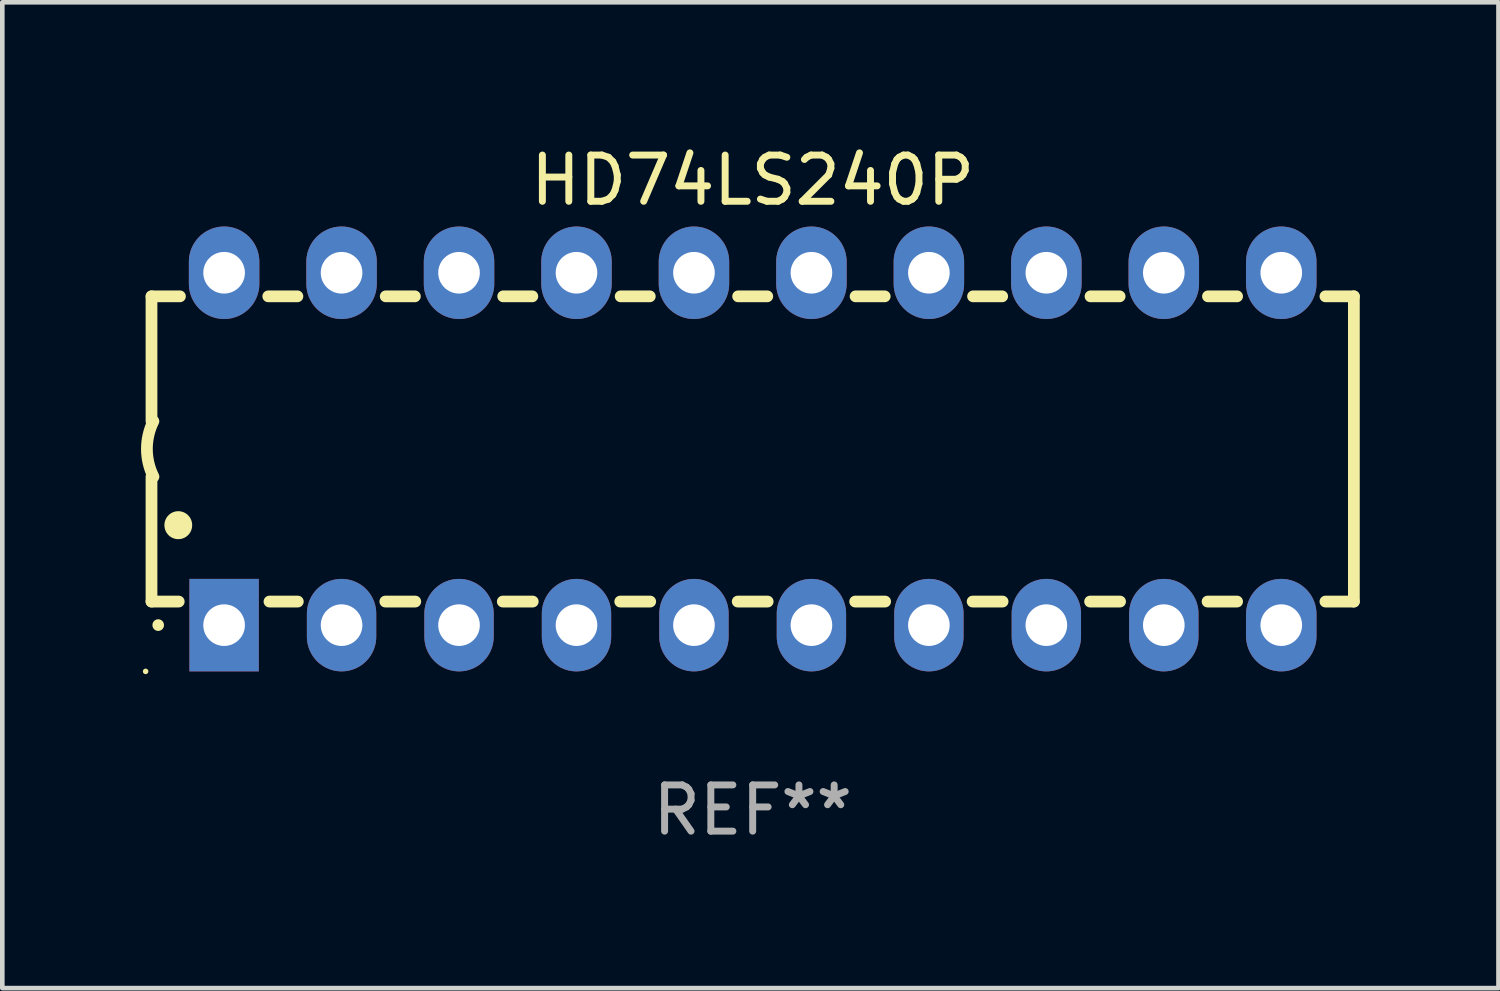
<source format=kicad_pcb>
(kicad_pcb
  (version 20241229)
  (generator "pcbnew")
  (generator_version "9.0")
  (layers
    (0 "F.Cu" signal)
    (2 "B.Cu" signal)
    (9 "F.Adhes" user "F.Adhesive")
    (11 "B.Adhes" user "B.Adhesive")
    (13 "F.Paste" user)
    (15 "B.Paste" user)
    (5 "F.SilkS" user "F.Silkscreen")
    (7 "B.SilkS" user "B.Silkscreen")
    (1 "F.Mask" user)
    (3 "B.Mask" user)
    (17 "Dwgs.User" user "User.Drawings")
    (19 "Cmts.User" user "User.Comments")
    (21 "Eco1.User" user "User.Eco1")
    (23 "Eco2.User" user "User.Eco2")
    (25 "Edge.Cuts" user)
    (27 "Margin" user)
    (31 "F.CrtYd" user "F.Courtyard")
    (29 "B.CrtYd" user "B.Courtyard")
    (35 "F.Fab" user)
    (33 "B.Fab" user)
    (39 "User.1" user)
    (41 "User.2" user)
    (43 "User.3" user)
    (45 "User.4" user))
  (footprint "HD74LS240P"
    (layer "F.Cu")
    (at 13.226 6.658)
    (property "Reference" "HD74LS240P" (at 0 -5.81 0) (layer "F.SilkS") (effects (font (size 1 1) (thickness 0.15))))
    (attr through_hole)
    (fp_line (start -13 -3.3) (end -12.385 -3.3) (stroke (width 0.254) (type solid)) (layer "F.SilkS"))
    (fp_line (start -13 -0.6) (end -13 -3.3) (stroke (width 0.254) (type solid)) (layer "F.SilkS"))
    (fp_line (start -13 3.3) (end -13 0.6) (stroke (width 0.254) (type solid)) (layer "F.SilkS"))
    (fp_line (start -13 3.3) (end -12.411 3.3) (stroke (width 0.254) (type solid)) (layer "F.SilkS"))
    (fp_line (start -10.475 -3.3) (end -9.845 -3.3) (stroke (width 0.254) (type solid)) (layer "F.SilkS"))
    (fp_line (start -10.449 3.3) (end -9.836 3.3) (stroke (width 0.254) (type solid)) (layer "F.SilkS"))
    (fp_line (start -7.944 3.3) (end -7.296 3.3) (stroke (width 0.254) (type solid)) (layer "F.SilkS"))
    (fp_line (start -7.935 -3.3) (end -7.305 -3.3) (stroke (width 0.254) (type solid)) (layer "F.SilkS"))
    (fp_line (start -5.404 3.3) (end -4.756 3.3) (stroke (width 0.254) (type solid)) (layer "F.SilkS"))
    (fp_line (start -5.395 -3.3) (end -4.765 -3.3) (stroke (width 0.254) (type solid)) (layer "F.SilkS"))
    (fp_line (start -2.864 3.3) (end -2.216 3.3) (stroke (width 0.254) (type solid)) (layer "F.SilkS"))
    (fp_line (start -2.855 -3.3) (end -2.225 -3.3) (stroke (width 0.254) (type solid)) (layer "F.SilkS"))
    (fp_line (start -0.324 3.3) (end 0.324 3.3) (stroke (width 0.254) (type solid)) (layer "F.SilkS"))
    (fp_line (start -0.315 -3.3) (end 0.315 -3.3) (stroke (width 0.254) (type solid)) (layer "F.SilkS"))
    (fp_line (start 2.216 3.3) (end 2.864 3.3) (stroke (width 0.254) (type solid)) (layer "F.SilkS"))
    (fp_line (start 2.225 -3.3) (end 2.855 -3.3) (stroke (width 0.254) (type solid)) (layer "F.SilkS"))
    (fp_line (start 4.756 3.3) (end 5.404 3.3) (stroke (width 0.254) (type solid)) (layer "F.SilkS"))
    (fp_line (start 4.765 -3.3) (end 5.395 -3.3) (stroke (width 0.254) (type solid)) (layer "F.SilkS"))
    (fp_line (start 7.296 3.3) (end 7.944 3.3) (stroke (width 0.254) (type solid)) (layer "F.SilkS"))
    (fp_line (start 7.305 -3.3) (end 7.935 -3.3) (stroke (width 0.254) (type solid)) (layer "F.SilkS"))
    (fp_line (start 9.836 3.3) (end 10.475 3.3) (stroke (width 0.254) (type solid)) (layer "F.SilkS"))
    (fp_line (start 9.845 -3.3) (end 10.475 -3.3) (stroke (width 0.254) (type solid)) (layer "F.SilkS"))
    (fp_line (start 12.385 -3.3) (end 13 -3.3) (stroke (width 0.254) (type solid)) (layer "F.SilkS"))
    (fp_line (start 12.385 3.3) (end 13 3.3) (stroke (width 0.254) (type solid)) (layer "F.SilkS"))
    (fp_line (start 13 -3.3) (end 13 3.3) (stroke (width 0.254) (type solid)) (layer "F.SilkS"))
    (fp_arc (start -12.957557 0.599721) (mid -13.099295 0.000123) (end -12.958598 -0.599721) (stroke (width 0.254001) (type solid)) (layer "F.SilkS"))
    (fp_arc (start -12.854966 3.810008) (mid -12.854973 3.808738) (end -12.854966 3.807468) (stroke (width 0.25) (type solid)) (layer "F.SilkS"))
    (fp_arc (start -12.420625 1.651003) (mid -12.420636 1.648463) (end -12.420625 1.645923) (stroke (width 0.6) (type solid)) (layer "F.SilkS"))
    (fp_circle (center -13.127 4.81) (end -13.097 4.81) (stroke (width 0.06) (type solid)) (fill no) (layer "F.SilkS"))
    (fp_text user "REF**" (at 0 7.81 0) (layer "F.Fab") (effects (font (size 1 1) (thickness 0.15))))
    (pad "1" thru_hole rect (at -11.43 3.81 90) (size 2 1.5) (drill 0.9) (layers "*.Cu" "*.Mask"))
    (pad "2" thru_hole oval (at -8.89 3.81 90) (size 2 1.5) (drill 0.9) (layers "*.Cu" "*.Mask"))
    (pad "3" thru_hole oval (at -6.35 3.81 90) (size 2 1.5) (drill 0.9) (layers "*.Cu" "*.Mask"))
    (pad "4" thru_hole oval (at -3.81 3.81 90) (size 2 1.5) (drill 0.9) (layers "*.Cu" "*.Mask"))
    (pad "5" thru_hole oval (at -1.27 3.81 90) (size 2 1.5) (drill 0.9) (layers "*.Cu" "*.Mask"))
    (pad "6" thru_hole oval (at 1.27 3.81 90) (size 2 1.5) (drill 0.9) (layers "*.Cu" "*.Mask"))
    (pad "7" thru_hole oval (at 3.81 3.81 90) (size 2 1.5) (drill 0.9) (layers "*.Cu" "*.Mask"))
    (pad "8" thru_hole oval (at 6.35 3.81 90) (size 2 1.5) (drill 0.9) (layers "*.Cu" "*.Mask"))
    (pad "9" thru_hole oval (at 8.89 3.81 90) (size 2 1.5) (drill 0.9) (layers "*.Cu" "*.Mask"))
    (pad "10" thru_hole oval (at 11.43 3.81 90) (size 2 1.524) (drill 0.9) (layers "*.Cu" "*.Mask"))
    (pad "11" thru_hole oval (at 11.43 -3.81 90) (size 2 1.524) (drill 0.9) (layers "*.Cu" "*.Mask"))
    (pad "12" thru_hole oval (at 8.89 -3.81 90) (size 2 1.524) (drill 0.9) (layers "*.Cu" "*.Mask"))
    (pad "13" thru_hole oval (at 6.35 -3.81 90) (size 2 1.524) (drill 0.9) (layers "*.Cu" "*.Mask"))
    (pad "14" thru_hole oval (at 3.81 -3.81 90) (size 2 1.524) (drill 0.9) (layers "*.Cu" "*.Mask"))
    (pad "15" thru_hole oval (at 1.27 -3.81 90) (size 2 1.524) (drill 0.9) (layers "*.Cu" "*.Mask"))
    (pad "16" thru_hole oval (at -1.27 -3.81 90) (size 2 1.524) (drill 0.9) (layers "*.Cu" "*.Mask"))
    (pad "17" thru_hole oval (at -3.81 -3.81 90) (size 2 1.524) (drill 0.9) (layers "*.Cu" "*.Mask"))
    (pad "18" thru_hole oval (at -6.35 -3.81 90) (size 2 1.524) (drill 0.9) (layers "*.Cu" "*.Mask"))
    (pad "19" thru_hole oval (at -8.89 -3.81 90) (size 2 1.524) (drill 0.9) (layers "*.Cu" "*.Mask"))
    (pad "20" thru_hole oval (at -11.43 -3.81 90) (size 2 1.524) (drill 0.9) (layers "*.Cu" "*.Mask")))
  (gr_rect
    (start -3 -3)
    (end 29.353 18.317)
    (stroke (width 0.1) (type default))
    (fill no)
    (layer "Edge.Cuts")))
</source>
